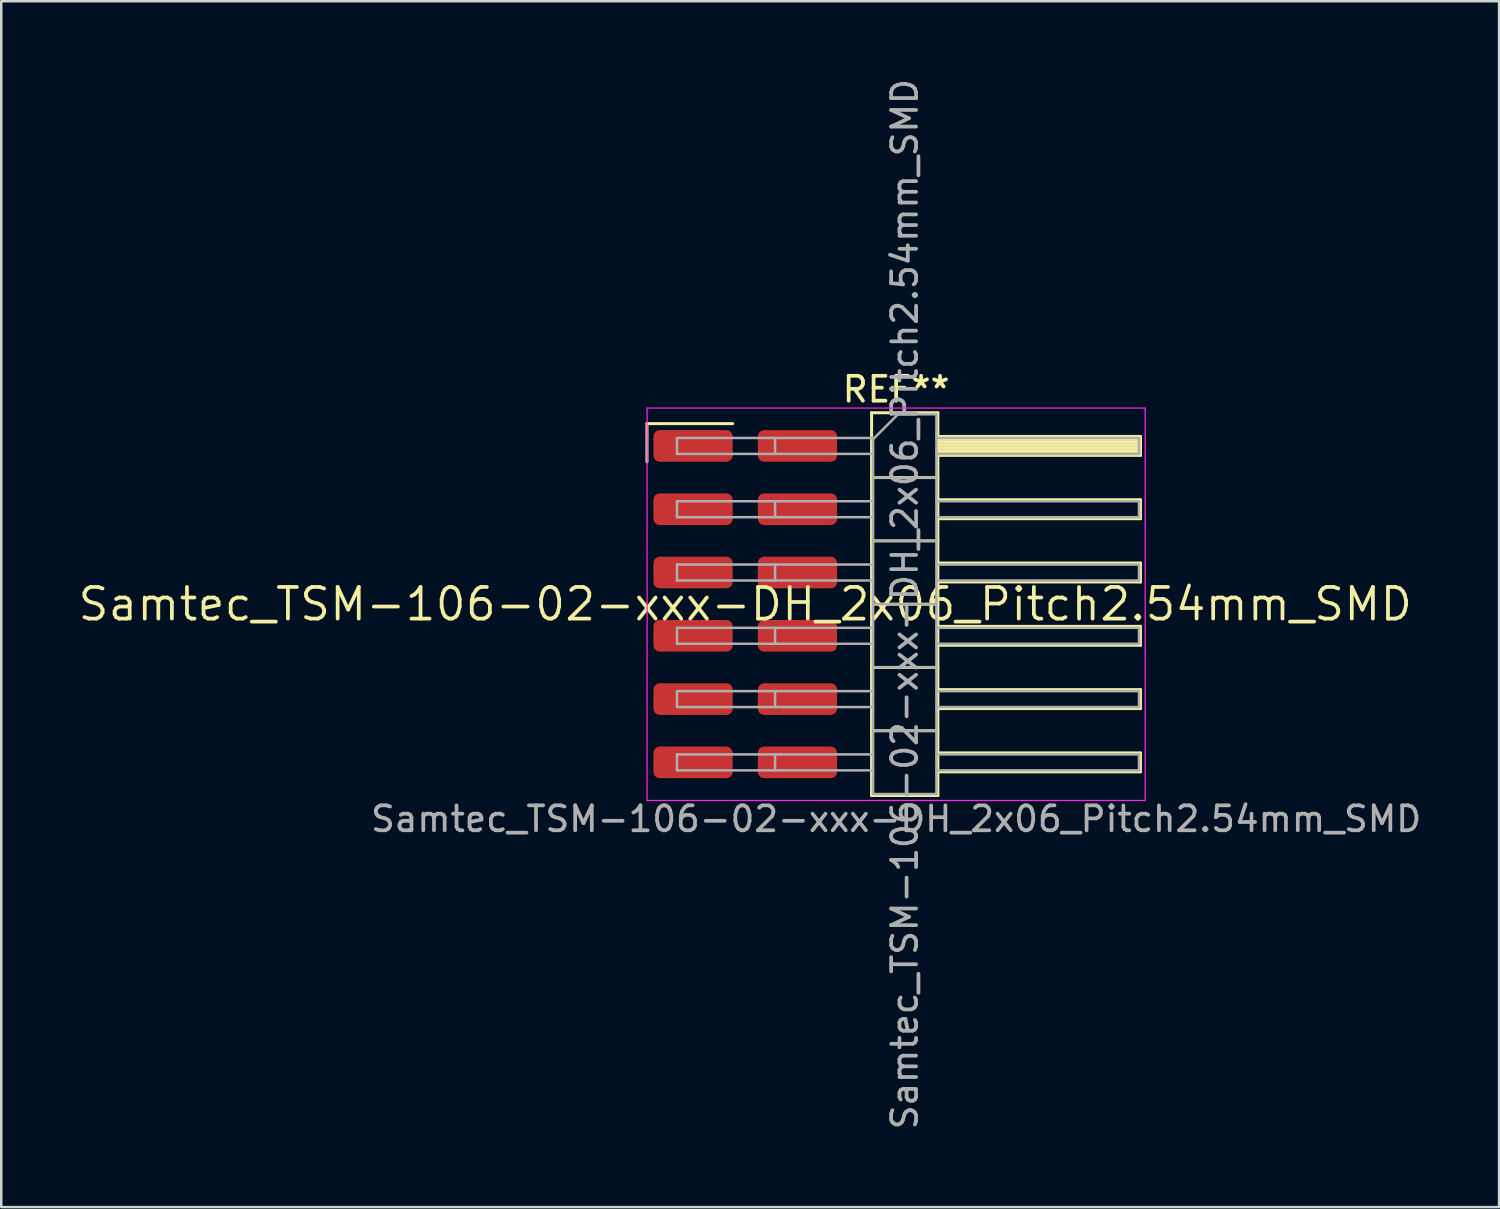
<source format=kicad_pcb>
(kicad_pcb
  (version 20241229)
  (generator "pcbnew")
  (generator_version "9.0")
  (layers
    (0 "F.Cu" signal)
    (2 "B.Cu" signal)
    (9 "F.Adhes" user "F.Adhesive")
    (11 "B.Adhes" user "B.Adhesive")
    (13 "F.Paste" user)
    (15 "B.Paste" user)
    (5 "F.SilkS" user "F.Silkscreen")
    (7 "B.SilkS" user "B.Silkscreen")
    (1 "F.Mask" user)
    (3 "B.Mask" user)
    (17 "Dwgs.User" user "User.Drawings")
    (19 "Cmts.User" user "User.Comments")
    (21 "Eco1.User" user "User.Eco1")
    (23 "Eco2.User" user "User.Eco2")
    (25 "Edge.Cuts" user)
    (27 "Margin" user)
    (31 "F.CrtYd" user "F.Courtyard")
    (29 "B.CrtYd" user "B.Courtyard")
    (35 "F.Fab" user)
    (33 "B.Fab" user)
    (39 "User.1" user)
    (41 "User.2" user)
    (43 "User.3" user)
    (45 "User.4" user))
  (footprint "Samtec_TSM-106-02-xxx-DH_2x06_Pitch2.54mm_SMD"
    (layer "F.Cu")
    (at 26.859 21.196)
    (property "Reference" "Samtec_TSM-106-02-xxx-DH_2x06_Pitch2.54mm_SMD" (at 0 0 0) (layer "F.SilkS") (effects (font (size 1.27 1.27) (thickness 0.15))))
    (attr smd)
    (fp_line (start -3.945 -7.245) (end -0.505 -7.245) (stroke (width 0.12) (type solid)) (layer "F.SilkS"))
    (fp_line (start -3.945 -5.715) (end -3.945 -7.245) (stroke (width 0.12) (type solid)) (layer "F.SilkS"))
    (fp_line (start 5.07 -7.68) (end 7.73 -7.68) (stroke (width 0.12) (type solid)) (layer "F.SilkS"))
    (fp_line (start 5.07 -5.08) (end 7.73 -5.08) (stroke (width 0.12) (type solid)) (layer "F.SilkS"))
    (fp_line (start 5.07 -2.54) (end 7.73 -2.54) (stroke (width 0.12) (type solid)) (layer "F.SilkS"))
    (fp_line (start 5.07 0) (end 7.73 0) (stroke (width 0.12) (type solid)) (layer "F.SilkS"))
    (fp_line (start 5.07 2.54) (end 7.73 2.54) (stroke (width 0.12) (type solid)) (layer "F.SilkS"))
    (fp_line (start 5.07 5.08) (end 7.73 5.08) (stroke (width 0.12) (type solid)) (layer "F.SilkS"))
    (fp_line (start 5.07 7.68) (end 5.07 -7.68) (stroke (width 0.12) (type solid)) (layer "F.SilkS"))
    (fp_line (start 7.73 -7.68) (end 7.73 7.68) (stroke (width 0.12) (type solid)) (layer "F.SilkS"))
    (fp_line (start 7.73 -6.73) (end 15.86 -6.73) (stroke (width 0.12) (type solid)) (layer "F.SilkS"))
    (fp_line (start 7.73 -6.61) (end 15.86 -6.61) (stroke (width 0.12) (type solid)) (layer "F.SilkS"))
    (fp_line (start 7.73 -6.49) (end 15.86 -6.49) (stroke (width 0.12) (type solid)) (layer "F.SilkS"))
    (fp_line (start 7.73 -6.37) (end 15.86 -6.37) (stroke (width 0.12) (type solid)) (layer "F.SilkS"))
    (fp_line (start 7.73 -6.25) (end 15.86 -6.25) (stroke (width 0.12) (type solid)) (layer "F.SilkS"))
    (fp_line (start 7.73 -6.13) (end 15.86 -6.13) (stroke (width 0.12) (type solid)) (layer "F.SilkS"))
    (fp_line (start 7.73 -6.01) (end 15.86 -6.01) (stroke (width 0.12) (type solid)) (layer "F.SilkS"))
    (fp_line (start 7.73 -5.97) (end 15.86 -5.97) (stroke (width 0.12) (type solid)) (layer "F.SilkS"))
    (fp_line (start 7.73 -4.19) (end 15.86 -4.19) (stroke (width 0.12) (type solid)) (layer "F.SilkS"))
    (fp_line (start 7.73 -3.43) (end 15.86 -3.43) (stroke (width 0.12) (type solid)) (layer "F.SilkS"))
    (fp_line (start 7.73 -1.65) (end 15.86 -1.65) (stroke (width 0.12) (type solid)) (layer "F.SilkS"))
    (fp_line (start 7.73 -0.89) (end 15.86 -0.89) (stroke (width 0.12) (type solid)) (layer "F.SilkS"))
    (fp_line (start 7.73 0.89) (end 15.86 0.89) (stroke (width 0.12) (type solid)) (layer "F.SilkS"))
    (fp_line (start 7.73 1.65) (end 15.86 1.65) (stroke (width 0.12) (type solid)) (layer "F.SilkS"))
    (fp_line (start 7.73 3.43) (end 15.86 3.43) (stroke (width 0.12) (type solid)) (layer "F.SilkS"))
    (fp_line (start 7.73 4.19) (end 15.86 4.19) (stroke (width 0.12) (type solid)) (layer "F.SilkS"))
    (fp_line (start 7.73 5.97) (end 15.86 5.97) (stroke (width 0.12) (type solid)) (layer "F.SilkS"))
    (fp_line (start 7.73 6.73) (end 15.86 6.73) (stroke (width 0.12) (type solid)) (layer "F.SilkS"))
    (fp_line (start 7.73 7.68) (end 5.07 7.68) (stroke (width 0.12) (type solid)) (layer "F.SilkS"))
    (fp_line (start 15.86 -6.73) (end 15.86 -5.97) (stroke (width 0.12) (type solid)) (layer "F.SilkS"))
    (fp_line (start 15.86 -4.19) (end 15.86 -3.43) (stroke (width 0.12) (type solid)) (layer "F.SilkS"))
    (fp_line (start 15.86 -1.65) (end 15.86 -0.89) (stroke (width 0.12) (type solid)) (layer "F.SilkS"))
    (fp_line (start 15.86 0.89) (end 15.86 1.65) (stroke (width 0.12) (type solid)) (layer "F.SilkS"))
    (fp_line (start 15.86 3.43) (end 15.86 4.19) (stroke (width 0.12) (type solid)) (layer "F.SilkS"))
    (fp_line (start 15.86 5.97) (end 15.86 6.73) (stroke (width 0.12) (type solid)) (layer "F.SilkS"))
    (fp_line (start -3.94 -7.87) (end 16.05 -7.87) (stroke (width 0.05) (type solid)) (layer "F.CrtYd"))
    (fp_line (start -3.94 7.88) (end -3.94 -7.87) (stroke (width 0.05) (type solid)) (layer "F.CrtYd"))
    (fp_line (start 16.05 -7.87) (end 16.05 7.88) (stroke (width 0.05) (type solid)) (layer "F.CrtYd"))
    (fp_line (start 16.05 7.88) (end -3.94 7.88) (stroke (width 0.05) (type solid)) (layer "F.CrtYd"))
    (fp_line (start -2.74 -6.67) (end -2.74 -6.03) (stroke (width 0.1) (type solid)) (layer "F.Fab"))
    (fp_line (start -2.74 -6.67) (end 5.13 -6.67) (stroke (width 0.1) (type solid)) (layer "F.Fab"))
    (fp_line (start -2.74 -6.03) (end 5.13 -6.03) (stroke (width 0.1) (type solid)) (layer "F.Fab"))
    (fp_line (start -2.74 -4.13) (end -2.74 -3.49) (stroke (width 0.1) (type solid)) (layer "F.Fab"))
    (fp_line (start -2.74 -4.13) (end 5.13 -4.13) (stroke (width 0.1) (type solid)) (layer "F.Fab"))
    (fp_line (start -2.74 -3.49) (end 5.13 -3.49) (stroke (width 0.1) (type solid)) (layer "F.Fab"))
    (fp_line (start -2.74 -1.59) (end -2.74 -0.95) (stroke (width 0.1) (type solid)) (layer "F.Fab"))
    (fp_line (start -2.74 -1.59) (end 5.13 -1.59) (stroke (width 0.1) (type solid)) (layer "F.Fab"))
    (fp_line (start -2.74 -0.95) (end 5.13 -0.95) (stroke (width 0.1) (type solid)) (layer "F.Fab"))
    (fp_line (start -2.74 0.95) (end -2.74 1.59) (stroke (width 0.1) (type solid)) (layer "F.Fab"))
    (fp_line (start -2.74 0.95) (end 5.13 0.95) (stroke (width 0.1) (type solid)) (layer "F.Fab"))
    (fp_line (start -2.74 1.59) (end 5.13 1.59) (stroke (width 0.1) (type solid)) (layer "F.Fab"))
    (fp_line (start -2.74 3.49) (end -2.74 4.13) (stroke (width 0.1) (type solid)) (layer "F.Fab"))
    (fp_line (start -2.74 3.49) (end 5.13 3.49) (stroke (width 0.1) (type solid)) (layer "F.Fab"))
    (fp_line (start -2.74 4.13) (end 5.13 4.13) (stroke (width 0.1) (type solid)) (layer "F.Fab"))
    (fp_line (start -2.74 6.03) (end -2.74 6.67) (stroke (width 0.1) (type solid)) (layer "F.Fab"))
    (fp_line (start -2.74 6.03) (end 5.13 6.03) (stroke (width 0.1) (type solid)) (layer "F.Fab"))
    (fp_line (start -2.74 6.67) (end 5.13 6.67) (stroke (width 0.1) (type solid)) (layer "F.Fab"))
    (fp_line (start 1.195 -6.67) (end 1.195 -6.03) (stroke (width 0.1) (type solid)) (layer "F.Fab"))
    (fp_line (start 1.195 -4.13) (end 1.195 -3.49) (stroke (width 0.1) (type solid)) (layer "F.Fab"))
    (fp_line (start 1.195 -1.59) (end 1.195 -0.95) (stroke (width 0.1) (type solid)) (layer "F.Fab"))
    (fp_line (start 1.195 0.95) (end 1.195 1.59) (stroke (width 0.1) (type solid)) (layer "F.Fab"))
    (fp_line (start 1.195 3.49) (end 1.195 4.13) (stroke (width 0.1) (type solid)) (layer "F.Fab"))
    (fp_line (start 1.195 6.03) (end 1.195 6.67) (stroke (width 0.1) (type solid)) (layer "F.Fab"))
    (fp_line (start 5.13 -6.62) (end 6.13 -7.62) (stroke (width 0.1) (type solid)) (layer "F.Fab"))
    (fp_line (start 5.13 -5.08) (end 7.67 -5.08) (stroke (width 0.1) (type solid)) (layer "F.Fab"))
    (fp_line (start 5.13 -2.54) (end 7.67 -2.54) (stroke (width 0.1) (type solid)) (layer "F.Fab"))
    (fp_line (start 5.13 0) (end 7.67 0) (stroke (width 0.1) (type solid)) (layer "F.Fab"))
    (fp_line (start 5.13 2.54) (end 7.67 2.54) (stroke (width 0.1) (type solid)) (layer "F.Fab"))
    (fp_line (start 5.13 5.08) (end 7.67 5.08) (stroke (width 0.1) (type solid)) (layer "F.Fab"))
    (fp_line (start 5.13 7.62) (end 5.13 -6.62) (stroke (width 0.1) (type solid)) (layer "F.Fab"))
    (fp_line (start 6.13 -7.62) (end 7.67 -7.62) (stroke (width 0.1) (type solid)) (layer "F.Fab"))
    (fp_line (start 7.67 -7.62) (end 7.67 7.62) (stroke (width 0.1) (type solid)) (layer "F.Fab"))
    (fp_line (start 7.67 -6.67) (end 15.8 -6.67) (stroke (width 0.1) (type solid)) (layer "F.Fab"))
    (fp_line (start 7.67 -6.03) (end 15.8 -6.03) (stroke (width 0.1) (type solid)) (layer "F.Fab"))
    (fp_line (start 7.67 -4.13) (end 15.8 -4.13) (stroke (width 0.1) (type solid)) (layer "F.Fab"))
    (fp_line (start 7.67 -3.49) (end 15.8 -3.49) (stroke (width 0.1) (type solid)) (layer "F.Fab"))
    (fp_line (start 7.67 -1.59) (end 15.8 -1.59) (stroke (width 0.1) (type solid)) (layer "F.Fab"))
    (fp_line (start 7.67 -0.95) (end 15.8 -0.95) (stroke (width 0.1) (type solid)) (layer "F.Fab"))
    (fp_line (start 7.67 0.95) (end 15.8 0.95) (stroke (width 0.1) (type solid)) (layer "F.Fab"))
    (fp_line (start 7.67 1.59) (end 15.8 1.59) (stroke (width 0.1) (type solid)) (layer "F.Fab"))
    (fp_line (start 7.67 3.49) (end 15.8 3.49) (stroke (width 0.1) (type solid)) (layer "F.Fab"))
    (fp_line (start 7.67 4.13) (end 15.8 4.13) (stroke (width 0.1) (type solid)) (layer "F.Fab"))
    (fp_line (start 7.67 6.03) (end 15.8 6.03) (stroke (width 0.1) (type solid)) (layer "F.Fab"))
    (fp_line (start 7.67 6.67) (end 15.8 6.67) (stroke (width 0.1) (type solid)) (layer "F.Fab"))
    (fp_line (start 7.67 7.62) (end 5.13 7.62) (stroke (width 0.1) (type solid)) (layer "F.Fab"))
    (fp_line (start 15.8 -6.67) (end 15.8 -6.03) (stroke (width 0.1) (type solid)) (layer "F.Fab"))
    (fp_line (start 15.8 -4.13) (end 15.8 -3.49) (stroke (width 0.1) (type solid)) (layer "F.Fab"))
    (fp_line (start 15.8 -1.59) (end 15.8 -0.95) (stroke (width 0.1) (type solid)) (layer "F.Fab"))
    (fp_line (start 15.8 0.95) (end 15.8 1.59) (stroke (width 0.1) (type solid)) (layer "F.Fab"))
    (fp_line (start 15.8 3.49) (end 15.8 4.13) (stroke (width 0.1) (type solid)) (layer "F.Fab"))
    (fp_line (start 15.8 6.03) (end 15.8 6.67) (stroke (width 0.1) (type solid)) (layer "F.Fab"))
    (fp_text user "REF**" (at 6.055 -8.62 0) (layer "F.SilkS") (effects (font (size 1 1) (thickness 0.15))))
    (fp_text user "Samtec_TSM-106-02-xxx-DH_2x06_Pitch2.54mm_SMD" (at 6.055 8.62 0) (layer "F.Fab") (effects (font (size 1 1) (thickness 0.15))))
    (fp_text user "${REFERENCE}" (at 6.4 0 90) (layer "F.Fab") (effects (font (size 1 1) (thickness 0.15))))
    (pad "1" smd roundrect (at -2.095 -6.35) (size 3.18 1.27) (layers "F.Cu" "F.Mask" "F.Paste") (roundrect_rratio 0.197))
    (pad "2" smd roundrect (at 2.095 -6.35) (size 3.18 1.27) (layers "F.Cu" "F.Mask" "F.Paste") (roundrect_rratio 0.197))
    (pad "3" smd roundrect (at -2.095 -3.81) (size 3.18 1.27) (layers "F.Cu" "F.Mask" "F.Paste") (roundrect_rratio 0.197))
    (pad "4" smd roundrect (at 2.095 -3.81) (size 3.18 1.27) (layers "F.Cu" "F.Mask" "F.Paste") (roundrect_rratio 0.197))
    (pad "5" smd roundrect (at -2.095 -1.27) (size 3.18 1.27) (layers "F.Cu" "F.Mask" "F.Paste") (roundrect_rratio 0.197))
    (pad "6" smd roundrect (at 2.095 -1.27) (size 3.18 1.27) (layers "F.Cu" "F.Mask" "F.Paste") (roundrect_rratio 0.197))
    (pad "7" smd roundrect (at -2.095 1.27) (size 3.18 1.27) (layers "F.Cu" "F.Mask" "F.Paste") (roundrect_rratio 0.197))
    (pad "8" smd roundrect (at 2.095 1.27) (size 3.18 1.27) (layers "F.Cu" "F.Mask" "F.Paste") (roundrect_rratio 0.197))
    (pad "9" smd roundrect (at -2.095 3.81) (size 3.18 1.27) (layers "F.Cu" "F.Mask" "F.Paste") (roundrect_rratio 0.197))
    (pad "10" smd roundrect (at 2.095 3.81) (size 3.18 1.27) (layers "F.Cu" "F.Mask" "F.Paste") (roundrect_rratio 0.197))
    (pad "11" smd roundrect (at -2.095 6.35) (size 3.18 1.27) (layers "F.Cu" "F.Mask" "F.Paste") (roundrect_rratio 0.197))
    (pad "12" smd roundrect (at 2.095 6.35) (size 3.18 1.27) (layers "F.Cu" "F.Mask" "F.Paste") (roundrect_rratio 0.197)))
  (gr_rect
    (start -3 -3)
    (end 57.11 45.393)
    (stroke (width 0.1) (type default))
    (fill no)
    (layer "Edge.Cuts")))
</source>
